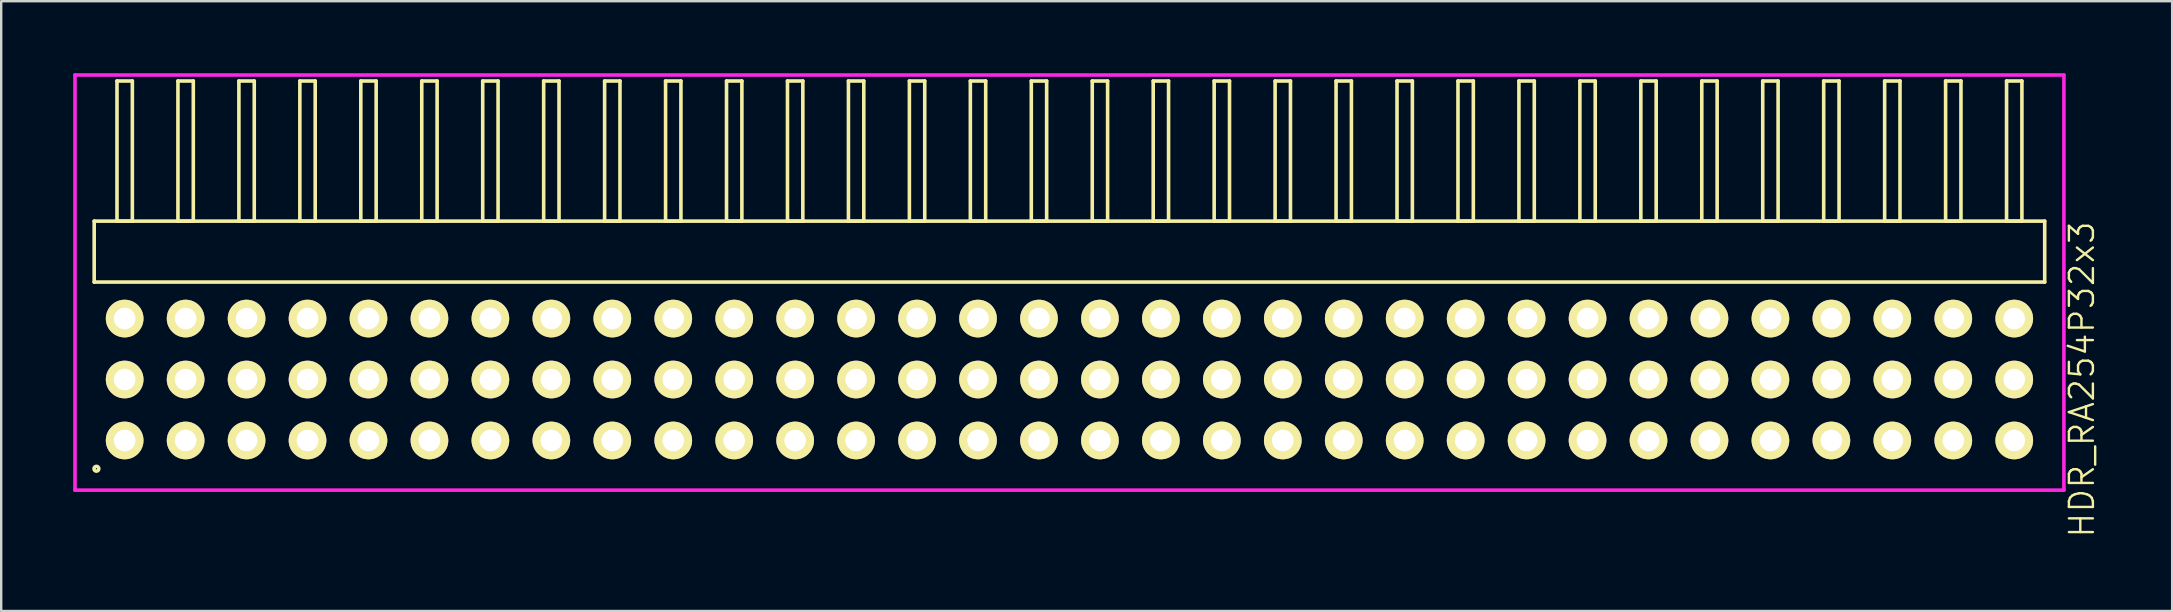
<source format=kicad_pcb>
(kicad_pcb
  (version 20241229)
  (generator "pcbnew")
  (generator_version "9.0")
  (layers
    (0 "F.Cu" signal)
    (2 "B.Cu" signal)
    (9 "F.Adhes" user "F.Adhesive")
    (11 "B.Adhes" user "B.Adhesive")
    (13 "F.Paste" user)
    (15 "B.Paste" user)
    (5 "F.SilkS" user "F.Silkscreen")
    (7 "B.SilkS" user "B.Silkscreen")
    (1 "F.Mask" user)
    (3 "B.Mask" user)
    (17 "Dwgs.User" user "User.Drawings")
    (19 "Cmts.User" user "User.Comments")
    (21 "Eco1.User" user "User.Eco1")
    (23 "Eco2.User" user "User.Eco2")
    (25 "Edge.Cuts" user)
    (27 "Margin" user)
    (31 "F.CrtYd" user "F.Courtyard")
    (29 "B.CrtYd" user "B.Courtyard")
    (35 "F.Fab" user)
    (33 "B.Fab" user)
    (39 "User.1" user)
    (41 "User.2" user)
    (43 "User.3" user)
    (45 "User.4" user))
  (footprint "HDR_RA254P32x3"
    (layer "F.Cu")
    (at 41.515 12.765)
    (property "Reference" "HDR_RA254P32x3" (at 42.19 0 90) (layer "F.SilkS") (effects (font (size 1 1) (thickness 0.1))))
    (attr through_hole)
    (fp_line (start -40.64 -6.6) (end -40.64 -4.06) (stroke (width 0.15) (type solid)) (layer "F.SilkS"))
    (fp_line (start -40.64 -4.06) (end 40.64 -4.06) (stroke (width 0.15) (type solid)) (layer "F.SilkS"))
    (fp_line (start -39.69 -12.44) (end -39.69 -6.6) (stroke (width 0.15) (type solid)) (layer "F.SilkS"))
    (fp_line (start -39.69 -6.6) (end -39.05 -6.6) (stroke (width 0.15) (type solid)) (layer "F.SilkS"))
    (fp_line (start -39.05 -12.44) (end -39.69 -12.44) (stroke (width 0.15) (type solid)) (layer "F.SilkS"))
    (fp_line (start -39.05 -6.6) (end -39.05 -12.44) (stroke (width 0.15) (type solid)) (layer "F.SilkS"))
    (fp_line (start -37.15 -12.44) (end -37.15 -6.6) (stroke (width 0.15) (type solid)) (layer "F.SilkS"))
    (fp_line (start -37.15 -6.6) (end -36.51 -6.6) (stroke (width 0.15) (type solid)) (layer "F.SilkS"))
    (fp_line (start -36.51 -12.44) (end -37.15 -12.44) (stroke (width 0.15) (type solid)) (layer "F.SilkS"))
    (fp_line (start -36.51 -6.6) (end -36.51 -12.44) (stroke (width 0.15) (type solid)) (layer "F.SilkS"))
    (fp_line (start -34.61 -12.44) (end -34.61 -6.6) (stroke (width 0.15) (type solid)) (layer "F.SilkS"))
    (fp_line (start -34.61 -6.6) (end -33.97 -6.6) (stroke (width 0.15) (type solid)) (layer "F.SilkS"))
    (fp_line (start -33.97 -12.44) (end -34.61 -12.44) (stroke (width 0.15) (type solid)) (layer "F.SilkS"))
    (fp_line (start -33.97 -6.6) (end -33.97 -12.44) (stroke (width 0.15) (type solid)) (layer "F.SilkS"))
    (fp_line (start -32.07 -12.44) (end -32.07 -6.6) (stroke (width 0.15) (type solid)) (layer "F.SilkS"))
    (fp_line (start -32.07 -6.6) (end -31.43 -6.6) (stroke (width 0.15) (type solid)) (layer "F.SilkS"))
    (fp_line (start -31.43 -12.44) (end -32.07 -12.44) (stroke (width 0.15) (type solid)) (layer "F.SilkS"))
    (fp_line (start -31.43 -6.6) (end -31.43 -12.44) (stroke (width 0.15) (type solid)) (layer "F.SilkS"))
    (fp_line (start -29.53 -12.44) (end -29.53 -6.6) (stroke (width 0.15) (type solid)) (layer "F.SilkS"))
    (fp_line (start -29.53 -6.6) (end -28.89 -6.6) (stroke (width 0.15) (type solid)) (layer "F.SilkS"))
    (fp_line (start -28.89 -12.44) (end -29.53 -12.44) (stroke (width 0.15) (type solid)) (layer "F.SilkS"))
    (fp_line (start -28.89 -6.6) (end -28.89 -12.44) (stroke (width 0.15) (type solid)) (layer "F.SilkS"))
    (fp_line (start -26.99 -12.44) (end -26.99 -6.6) (stroke (width 0.15) (type solid)) (layer "F.SilkS"))
    (fp_line (start -26.99 -6.6) (end -26.35 -6.6) (stroke (width 0.15) (type solid)) (layer "F.SilkS"))
    (fp_line (start -26.35 -12.44) (end -26.99 -12.44) (stroke (width 0.15) (type solid)) (layer "F.SilkS"))
    (fp_line (start -26.35 -6.6) (end -26.35 -12.44) (stroke (width 0.15) (type solid)) (layer "F.SilkS"))
    (fp_line (start -24.45 -12.44) (end -24.45 -6.6) (stroke (width 0.15) (type solid)) (layer "F.SilkS"))
    (fp_line (start -24.45 -6.6) (end -23.81 -6.6) (stroke (width 0.15) (type solid)) (layer "F.SilkS"))
    (fp_line (start -23.81 -12.44) (end -24.45 -12.44) (stroke (width 0.15) (type solid)) (layer "F.SilkS"))
    (fp_line (start -23.81 -6.6) (end -23.81 -12.44) (stroke (width 0.15) (type solid)) (layer "F.SilkS"))
    (fp_line (start -21.91 -12.44) (end -21.91 -6.6) (stroke (width 0.15) (type solid)) (layer "F.SilkS"))
    (fp_line (start -21.91 -6.6) (end -21.27 -6.6) (stroke (width 0.15) (type solid)) (layer "F.SilkS"))
    (fp_line (start -21.27 -12.44) (end -21.91 -12.44) (stroke (width 0.15) (type solid)) (layer "F.SilkS"))
    (fp_line (start -21.27 -6.6) (end -21.27 -12.44) (stroke (width 0.15) (type solid)) (layer "F.SilkS"))
    (fp_line (start -19.37 -12.44) (end -19.37 -6.6) (stroke (width 0.15) (type solid)) (layer "F.SilkS"))
    (fp_line (start -19.37 -6.6) (end -18.73 -6.6) (stroke (width 0.15) (type solid)) (layer "F.SilkS"))
    (fp_line (start -18.73 -12.44) (end -19.37 -12.44) (stroke (width 0.15) (type solid)) (layer "F.SilkS"))
    (fp_line (start -18.73 -6.6) (end -18.73 -12.44) (stroke (width 0.15) (type solid)) (layer "F.SilkS"))
    (fp_line (start -16.83 -12.44) (end -16.83 -6.6) (stroke (width 0.15) (type solid)) (layer "F.SilkS"))
    (fp_line (start -16.83 -6.6) (end -16.19 -6.6) (stroke (width 0.15) (type solid)) (layer "F.SilkS"))
    (fp_line (start -16.19 -12.44) (end -16.83 -12.44) (stroke (width 0.15) (type solid)) (layer "F.SilkS"))
    (fp_line (start -16.19 -6.6) (end -16.19 -12.44) (stroke (width 0.15) (type solid)) (layer "F.SilkS"))
    (fp_line (start -14.29 -12.44) (end -14.29 -6.6) (stroke (width 0.15) (type solid)) (layer "F.SilkS"))
    (fp_line (start -14.29 -6.6) (end -13.65 -6.6) (stroke (width 0.15) (type solid)) (layer "F.SilkS"))
    (fp_line (start -13.65 -12.44) (end -14.29 -12.44) (stroke (width 0.15) (type solid)) (layer "F.SilkS"))
    (fp_line (start -13.65 -6.6) (end -13.65 -12.44) (stroke (width 0.15) (type solid)) (layer "F.SilkS"))
    (fp_line (start -11.75 -12.44) (end -11.75 -6.6) (stroke (width 0.15) (type solid)) (layer "F.SilkS"))
    (fp_line (start -11.75 -6.6) (end -11.11 -6.6) (stroke (width 0.15) (type solid)) (layer "F.SilkS"))
    (fp_line (start -11.11 -12.44) (end -11.75 -12.44) (stroke (width 0.15) (type solid)) (layer "F.SilkS"))
    (fp_line (start -11.11 -6.6) (end -11.11 -12.44) (stroke (width 0.15) (type solid)) (layer "F.SilkS"))
    (fp_line (start -9.21 -12.44) (end -9.21 -6.6) (stroke (width 0.15) (type solid)) (layer "F.SilkS"))
    (fp_line (start -9.21 -6.6) (end -8.57 -6.6) (stroke (width 0.15) (type solid)) (layer "F.SilkS"))
    (fp_line (start -8.57 -12.44) (end -9.21 -12.44) (stroke (width 0.15) (type solid)) (layer "F.SilkS"))
    (fp_line (start -8.57 -6.6) (end -8.57 -12.44) (stroke (width 0.15) (type solid)) (layer "F.SilkS"))
    (fp_line (start -6.67 -12.44) (end -6.67 -6.6) (stroke (width 0.15) (type solid)) (layer "F.SilkS"))
    (fp_line (start -6.67 -6.6) (end -6.03 -6.6) (stroke (width 0.15) (type solid)) (layer "F.SilkS"))
    (fp_line (start -6.03 -12.44) (end -6.67 -12.44) (stroke (width 0.15) (type solid)) (layer "F.SilkS"))
    (fp_line (start -6.03 -6.6) (end -6.03 -12.44) (stroke (width 0.15) (type solid)) (layer "F.SilkS"))
    (fp_line (start -4.13 -12.44) (end -4.13 -6.6) (stroke (width 0.15) (type solid)) (layer "F.SilkS"))
    (fp_line (start -4.13 -6.6) (end -3.49 -6.6) (stroke (width 0.15) (type solid)) (layer "F.SilkS"))
    (fp_line (start -3.49 -12.44) (end -4.13 -12.44) (stroke (width 0.15) (type solid)) (layer "F.SilkS"))
    (fp_line (start -3.49 -6.6) (end -3.49 -12.44) (stroke (width 0.15) (type solid)) (layer "F.SilkS"))
    (fp_line (start -1.59 -12.44) (end -1.59 -6.6) (stroke (width 0.15) (type solid)) (layer "F.SilkS"))
    (fp_line (start -1.59 -6.6) (end -0.95 -6.6) (stroke (width 0.15) (type solid)) (layer "F.SilkS"))
    (fp_line (start -0.95 -12.44) (end -1.59 -12.44) (stroke (width 0.15) (type solid)) (layer "F.SilkS"))
    (fp_line (start -0.95 -6.6) (end -0.95 -12.44) (stroke (width 0.15) (type solid)) (layer "F.SilkS"))
    (fp_line (start 0.95 -12.44) (end 0.95 -6.6) (stroke (width 0.15) (type solid)) (layer "F.SilkS"))
    (fp_line (start 0.95 -6.6) (end 1.59 -6.6) (stroke (width 0.15) (type solid)) (layer "F.SilkS"))
    (fp_line (start 1.59 -12.44) (end 0.95 -12.44) (stroke (width 0.15) (type solid)) (layer "F.SilkS"))
    (fp_line (start 1.59 -6.6) (end 1.59 -12.44) (stroke (width 0.15) (type solid)) (layer "F.SilkS"))
    (fp_line (start 3.49 -12.44) (end 3.49 -6.6) (stroke (width 0.15) (type solid)) (layer "F.SilkS"))
    (fp_line (start 3.49 -6.6) (end 4.13 -6.6) (stroke (width 0.15) (type solid)) (layer "F.SilkS"))
    (fp_line (start 4.13 -12.44) (end 3.49 -12.44) (stroke (width 0.15) (type solid)) (layer "F.SilkS"))
    (fp_line (start 4.13 -6.6) (end 4.13 -12.44) (stroke (width 0.15) (type solid)) (layer "F.SilkS"))
    (fp_line (start 6.03 -12.44) (end 6.03 -6.6) (stroke (width 0.15) (type solid)) (layer "F.SilkS"))
    (fp_line (start 6.03 -6.6) (end 6.67 -6.6) (stroke (width 0.15) (type solid)) (layer "F.SilkS"))
    (fp_line (start 6.67 -12.44) (end 6.03 -12.44) (stroke (width 0.15) (type solid)) (layer "F.SilkS"))
    (fp_line (start 6.67 -6.6) (end 6.67 -12.44) (stroke (width 0.15) (type solid)) (layer "F.SilkS"))
    (fp_line (start 8.57 -12.44) (end 8.57 -6.6) (stroke (width 0.15) (type solid)) (layer "F.SilkS"))
    (fp_line (start 8.57 -6.6) (end 9.21 -6.6) (stroke (width 0.15) (type solid)) (layer "F.SilkS"))
    (fp_line (start 9.21 -12.44) (end 8.57 -12.44) (stroke (width 0.15) (type solid)) (layer "F.SilkS"))
    (fp_line (start 9.21 -6.6) (end 9.21 -12.44) (stroke (width 0.15) (type solid)) (layer "F.SilkS"))
    (fp_line (start 11.11 -12.44) (end 11.11 -6.6) (stroke (width 0.15) (type solid)) (layer "F.SilkS"))
    (fp_line (start 11.11 -6.6) (end 11.75 -6.6) (stroke (width 0.15) (type solid)) (layer "F.SilkS"))
    (fp_line (start 11.75 -12.44) (end 11.11 -12.44) (stroke (width 0.15) (type solid)) (layer "F.SilkS"))
    (fp_line (start 11.75 -6.6) (end 11.75 -12.44) (stroke (width 0.15) (type solid)) (layer "F.SilkS"))
    (fp_line (start 13.65 -12.44) (end 13.65 -6.6) (stroke (width 0.15) (type solid)) (layer "F.SilkS"))
    (fp_line (start 13.65 -6.6) (end 14.29 -6.6) (stroke (width 0.15) (type solid)) (layer "F.SilkS"))
    (fp_line (start 14.29 -12.44) (end 13.65 -12.44) (stroke (width 0.15) (type solid)) (layer "F.SilkS"))
    (fp_line (start 14.29 -6.6) (end 14.29 -12.44) (stroke (width 0.15) (type solid)) (layer "F.SilkS"))
    (fp_line (start 16.19 -12.44) (end 16.19 -6.6) (stroke (width 0.15) (type solid)) (layer "F.SilkS"))
    (fp_line (start 16.19 -6.6) (end 16.83 -6.6) (stroke (width 0.15) (type solid)) (layer "F.SilkS"))
    (fp_line (start 16.83 -12.44) (end 16.19 -12.44) (stroke (width 0.15) (type solid)) (layer "F.SilkS"))
    (fp_line (start 16.83 -6.6) (end 16.83 -12.44) (stroke (width 0.15) (type solid)) (layer "F.SilkS"))
    (fp_line (start 18.73 -12.44) (end 18.73 -6.6) (stroke (width 0.15) (type solid)) (layer "F.SilkS"))
    (fp_line (start 18.73 -6.6) (end 19.37 -6.6) (stroke (width 0.15) (type solid)) (layer "F.SilkS"))
    (fp_line (start 19.37 -12.44) (end 18.73 -12.44) (stroke (width 0.15) (type solid)) (layer "F.SilkS"))
    (fp_line (start 19.37 -6.6) (end 19.37 -12.44) (stroke (width 0.15) (type solid)) (layer "F.SilkS"))
    (fp_line (start 21.27 -12.44) (end 21.27 -6.6) (stroke (width 0.15) (type solid)) (layer "F.SilkS"))
    (fp_line (start 21.27 -6.6) (end 21.91 -6.6) (stroke (width 0.15) (type solid)) (layer "F.SilkS"))
    (fp_line (start 21.91 -12.44) (end 21.27 -12.44) (stroke (width 0.15) (type solid)) (layer "F.SilkS"))
    (fp_line (start 21.91 -6.6) (end 21.91 -12.44) (stroke (width 0.15) (type solid)) (layer "F.SilkS"))
    (fp_line (start 23.81 -12.44) (end 23.81 -6.6) (stroke (width 0.15) (type solid)) (layer "F.SilkS"))
    (fp_line (start 23.81 -6.6) (end 24.45 -6.6) (stroke (width 0.15) (type solid)) (layer "F.SilkS"))
    (fp_line (start 24.45 -12.44) (end 23.81 -12.44) (stroke (width 0.15) (type solid)) (layer "F.SilkS"))
    (fp_line (start 24.45 -6.6) (end 24.45 -12.44) (stroke (width 0.15) (type solid)) (layer "F.SilkS"))
    (fp_line (start 26.35 -12.44) (end 26.35 -6.6) (stroke (width 0.15) (type solid)) (layer "F.SilkS"))
    (fp_line (start 26.35 -6.6) (end 26.99 -6.6) (stroke (width 0.15) (type solid)) (layer "F.SilkS"))
    (fp_line (start 26.99 -12.44) (end 26.35 -12.44) (stroke (width 0.15) (type solid)) (layer "F.SilkS"))
    (fp_line (start 26.99 -6.6) (end 26.99 -12.44) (stroke (width 0.15) (type solid)) (layer "F.SilkS"))
    (fp_line (start 28.89 -12.44) (end 28.89 -6.6) (stroke (width 0.15) (type solid)) (layer "F.SilkS"))
    (fp_line (start 28.89 -6.6) (end 29.53 -6.6) (stroke (width 0.15) (type solid)) (layer "F.SilkS"))
    (fp_line (start 29.53 -12.44) (end 28.89 -12.44) (stroke (width 0.15) (type solid)) (layer "F.SilkS"))
    (fp_line (start 29.53 -6.6) (end 29.53 -12.44) (stroke (width 0.15) (type solid)) (layer "F.SilkS"))
    (fp_line (start 31.43 -12.44) (end 31.43 -6.6) (stroke (width 0.15) (type solid)) (layer "F.SilkS"))
    (fp_line (start 31.43 -6.6) (end 32.07 -6.6) (stroke (width 0.15) (type solid)) (layer "F.SilkS"))
    (fp_line (start 32.07 -12.44) (end 31.43 -12.44) (stroke (width 0.15) (type solid)) (layer "F.SilkS"))
    (fp_line (start 32.07 -6.6) (end 32.07 -12.44) (stroke (width 0.15) (type solid)) (layer "F.SilkS"))
    (fp_line (start 33.97 -12.44) (end 33.97 -6.6) (stroke (width 0.15) (type solid)) (layer "F.SilkS"))
    (fp_line (start 33.97 -6.6) (end 34.61 -6.6) (stroke (width 0.15) (type solid)) (layer "F.SilkS"))
    (fp_line (start 34.61 -12.44) (end 33.97 -12.44) (stroke (width 0.15) (type solid)) (layer "F.SilkS"))
    (fp_line (start 34.61 -6.6) (end 34.61 -12.44) (stroke (width 0.15) (type solid)) (layer "F.SilkS"))
    (fp_line (start 36.51 -12.44) (end 36.51 -6.6) (stroke (width 0.15) (type solid)) (layer "F.SilkS"))
    (fp_line (start 36.51 -6.6) (end 37.15 -6.6) (stroke (width 0.15) (type solid)) (layer "F.SilkS"))
    (fp_line (start 37.15 -12.44) (end 36.51 -12.44) (stroke (width 0.15) (type solid)) (layer "F.SilkS"))
    (fp_line (start 37.15 -6.6) (end 37.15 -12.44) (stroke (width 0.15) (type solid)) (layer "F.SilkS"))
    (fp_line (start 39.05 -12.44) (end 39.05 -6.6) (stroke (width 0.15) (type solid)) (layer "F.SilkS"))
    (fp_line (start 39.05 -6.6) (end 39.69 -6.6) (stroke (width 0.15) (type solid)) (layer "F.SilkS"))
    (fp_line (start 39.69 -12.44) (end 39.05 -12.44) (stroke (width 0.15) (type solid)) (layer "F.SilkS"))
    (fp_line (start 39.69 -6.6) (end 39.69 -12.44) (stroke (width 0.15) (type solid)) (layer "F.SilkS"))
    (fp_line (start 40.64 -6.6) (end -40.64 -6.6) (stroke (width 0.15) (type solid)) (layer "F.SilkS"))
    (fp_line (start 40.64 -4.06) (end 40.64 -6.6) (stroke (width 0.15) (type solid)) (layer "F.SilkS"))
    (fp_circle (center -40.547 3.718) (end -40.447 3.718) (stroke (width 0.15) (type solid)) (fill no) (layer "F.SilkS"))
    (fp_line (start -41.44 -12.69) (end -41.44 4.61) (stroke (width 0.15) (type solid)) (layer "F.CrtYd"))
    (fp_line (start -41.44 4.61) (end 41.44 4.61) (stroke (width 0.15) (type solid)) (layer "F.CrtYd"))
    (fp_line (start 41.44 -12.69) (end -41.44 -12.69) (stroke (width 0.15) (type solid)) (layer "F.CrtYd"))
    (fp_line (start 41.44 4.61) (end 41.44 -12.69) (stroke (width 0.15) (type solid)) (layer "F.CrtYd"))
    (pad "1" thru_hole oval (at -39.37 2.54) (size 1.57 1.57) (drill 0.9) (layers "*.Cu" "*.Mask" "F.SilkS"))
    (pad "2" thru_hole oval (at -39.37 0) (size 1.57 1.57) (drill 0.9) (layers "*.Cu" "*.Mask" "F.SilkS"))
    (pad "3" thru_hole oval (at -39.37 -2.54) (size 1.57 1.57) (drill 0.9) (layers "*.Cu" "*.Mask" "F.SilkS"))
    (pad "4" thru_hole oval (at -36.83 2.54) (size 1.57 1.57) (drill 0.9) (layers "*.Cu" "*.Mask" "F.SilkS"))
    (pad "5" thru_hole oval (at -36.83 0) (size 1.57 1.57) (drill 0.9) (layers "*.Cu" "*.Mask" "F.SilkS"))
    (pad "6" thru_hole oval (at -36.83 -2.54) (size 1.57 1.57) (drill 0.9) (layers "*.Cu" "*.Mask" "F.SilkS"))
    (pad "7" thru_hole oval (at -34.29 2.54) (size 1.57 1.57) (drill 0.9) (layers "*.Cu" "*.Mask" "F.SilkS"))
    (pad "8" thru_hole oval (at -34.29 0) (size 1.57 1.57) (drill 0.9) (layers "*.Cu" "*.Mask" "F.SilkS"))
    (pad "9" thru_hole oval (at -34.29 -2.54) (size 1.57 1.57) (drill 0.9) (layers "*.Cu" "*.Mask" "F.SilkS"))
    (pad "10" thru_hole oval (at -31.75 2.54) (size 1.57 1.57) (drill 0.9) (layers "*.Cu" "*.Mask" "F.SilkS"))
    (pad "11" thru_hole oval (at -31.75 0) (size 1.57 1.57) (drill 0.9) (layers "*.Cu" "*.Mask" "F.SilkS"))
    (pad "12" thru_hole oval (at -31.75 -2.54) (size 1.57 1.57) (drill 0.9) (layers "*.Cu" "*.Mask" "F.SilkS"))
    (pad "13" thru_hole oval (at -29.21 2.54) (size 1.57 1.57) (drill 0.9) (layers "*.Cu" "*.Mask" "F.SilkS"))
    (pad "14" thru_hole oval (at -29.21 0) (size 1.57 1.57) (drill 0.9) (layers "*.Cu" "*.Mask" "F.SilkS"))
    (pad "15" thru_hole oval (at -29.21 -2.54) (size 1.57 1.57) (drill 0.9) (layers "*.Cu" "*.Mask" "F.SilkS"))
    (pad "16" thru_hole oval (at -26.67 2.54) (size 1.57 1.57) (drill 0.9) (layers "*.Cu" "*.Mask" "F.SilkS"))
    (pad "17" thru_hole oval (at -26.67 0) (size 1.57 1.57) (drill 0.9) (layers "*.Cu" "*.Mask" "F.SilkS"))
    (pad "18" thru_hole oval (at -26.67 -2.54) (size 1.57 1.57) (drill 0.9) (layers "*.Cu" "*.Mask" "F.SilkS"))
    (pad "19" thru_hole oval (at -24.13 2.54) (size 1.57 1.57) (drill 0.9) (layers "*.Cu" "*.Mask" "F.SilkS"))
    (pad "20" thru_hole oval (at -24.13 0) (size 1.57 1.57) (drill 0.9) (layers "*.Cu" "*.Mask" "F.SilkS"))
    (pad "21" thru_hole oval (at -24.13 -2.54) (size 1.57 1.57) (drill 0.9) (layers "*.Cu" "*.Mask" "F.SilkS"))
    (pad "22" thru_hole oval (at -21.59 2.54) (size 1.57 1.57) (drill 0.9) (layers "*.Cu" "*.Mask" "F.SilkS"))
    (pad "23" thru_hole oval (at -21.59 0) (size 1.57 1.57) (drill 0.9) (layers "*.Cu" "*.Mask" "F.SilkS"))
    (pad "24" thru_hole oval (at -21.59 -2.54) (size 1.57 1.57) (drill 0.9) (layers "*.Cu" "*.Mask" "F.SilkS"))
    (pad "25" thru_hole oval (at -19.05 2.54) (size 1.57 1.57) (drill 0.9) (layers "*.Cu" "*.Mask" "F.SilkS"))
    (pad "26" thru_hole oval (at -19.05 0) (size 1.57 1.57) (drill 0.9) (layers "*.Cu" "*.Mask" "F.SilkS"))
    (pad "27" thru_hole oval (at -19.05 -2.54) (size 1.57 1.57) (drill 0.9) (layers "*.Cu" "*.Mask" "F.SilkS"))
    (pad "28" thru_hole oval (at -16.51 2.54) (size 1.57 1.57) (drill 0.9) (layers "*.Cu" "*.Mask" "F.SilkS"))
    (pad "29" thru_hole oval (at -16.51 0) (size 1.57 1.57) (drill 0.9) (layers "*.Cu" "*.Mask" "F.SilkS"))
    (pad "30" thru_hole oval (at -16.51 -2.54) (size 1.57 1.57) (drill 0.9) (layers "*.Cu" "*.Mask" "F.SilkS"))
    (pad "31" thru_hole oval (at -13.97 2.54) (size 1.57 1.57) (drill 0.9) (layers "*.Cu" "*.Mask" "F.SilkS"))
    (pad "32" thru_hole oval (at -13.97 0) (size 1.57 1.57) (drill 0.9) (layers "*.Cu" "*.Mask" "F.SilkS"))
    (pad "33" thru_hole oval (at -13.97 -2.54) (size 1.57 1.57) (drill 0.9) (layers "*.Cu" "*.Mask" "F.SilkS"))
    (pad "34" thru_hole oval (at -11.43 2.54) (size 1.57 1.57) (drill 0.9) (layers "*.Cu" "*.Mask" "F.SilkS"))
    (pad "35" thru_hole oval (at -11.43 0) (size 1.57 1.57) (drill 0.9) (layers "*.Cu" "*.Mask" "F.SilkS"))
    (pad "36" thru_hole oval (at -11.43 -2.54) (size 1.57 1.57) (drill 0.9) (layers "*.Cu" "*.Mask" "F.SilkS"))
    (pad "37" thru_hole oval (at -8.89 2.54) (size 1.57 1.57) (drill 0.9) (layers "*.Cu" "*.Mask" "F.SilkS"))
    (pad "38" thru_hole oval (at -8.89 0) (size 1.57 1.57) (drill 0.9) (layers "*.Cu" "*.Mask" "F.SilkS"))
    (pad "39" thru_hole oval (at -8.89 -2.54) (size 1.57 1.57) (drill 0.9) (layers "*.Cu" "*.Mask" "F.SilkS"))
    (pad "40" thru_hole oval (at -6.35 2.54) (size 1.57 1.57) (drill 0.9) (layers "*.Cu" "*.Mask" "F.SilkS"))
    (pad "41" thru_hole oval (at -6.35 0) (size 1.57 1.57) (drill 0.9) (layers "*.Cu" "*.Mask" "F.SilkS"))
    (pad "42" thru_hole oval (at -6.35 -2.54) (size 1.57 1.57) (drill 0.9) (layers "*.Cu" "*.Mask" "F.SilkS"))
    (pad "43" thru_hole oval (at -3.81 2.54) (size 1.57 1.57) (drill 0.9) (layers "*.Cu" "*.Mask" "F.SilkS"))
    (pad "44" thru_hole oval (at -3.81 0) (size 1.57 1.57) (drill 0.9) (layers "*.Cu" "*.Mask" "F.SilkS"))
    (pad "45" thru_hole oval (at -3.81 -2.54) (size 1.57 1.57) (drill 0.9) (layers "*.Cu" "*.Mask" "F.SilkS"))
    (pad "46" thru_hole oval (at -1.27 2.54) (size 1.57 1.57) (drill 0.9) (layers "*.Cu" "*.Mask" "F.SilkS"))
    (pad "47" thru_hole oval (at -1.27 0) (size 1.57 1.57) (drill 0.9) (layers "*.Cu" "*.Mask" "F.SilkS"))
    (pad "48" thru_hole oval (at -1.27 -2.54) (size 1.57 1.57) (drill 0.9) (layers "*.Cu" "*.Mask" "F.SilkS"))
    (pad "49" thru_hole oval (at 1.27 2.54) (size 1.57 1.57) (drill 0.9) (layers "*.Cu" "*.Mask" "F.SilkS"))
    (pad "50" thru_hole oval (at 1.27 0) (size 1.57 1.57) (drill 0.9) (layers "*.Cu" "*.Mask" "F.SilkS"))
    (pad "51" thru_hole oval (at 1.27 -2.54) (size 1.57 1.57) (drill 0.9) (layers "*.Cu" "*.Mask" "F.SilkS"))
    (pad "52" thru_hole oval (at 3.81 2.54) (size 1.57 1.57) (drill 0.9) (layers "*.Cu" "*.Mask" "F.SilkS"))
    (pad "53" thru_hole oval (at 3.81 0) (size 1.57 1.57) (drill 0.9) (layers "*.Cu" "*.Mask" "F.SilkS"))
    (pad "54" thru_hole oval (at 3.81 -2.54) (size 1.57 1.57) (drill 0.9) (layers "*.Cu" "*.Mask" "F.SilkS"))
    (pad "55" thru_hole oval (at 6.35 2.54) (size 1.57 1.57) (drill 0.9) (layers "*.Cu" "*.Mask" "F.SilkS"))
    (pad "56" thru_hole oval (at 6.35 0) (size 1.57 1.57) (drill 0.9) (layers "*.Cu" "*.Mask" "F.SilkS"))
    (pad "57" thru_hole oval (at 6.35 -2.54) (size 1.57 1.57) (drill 0.9) (layers "*.Cu" "*.Mask" "F.SilkS"))
    (pad "58" thru_hole oval (at 8.89 2.54) (size 1.57 1.57) (drill 0.9) (layers "*.Cu" "*.Mask" "F.SilkS"))
    (pad "59" thru_hole oval (at 8.89 0) (size 1.57 1.57) (drill 0.9) (layers "*.Cu" "*.Mask" "F.SilkS"))
    (pad "60" thru_hole oval (at 8.89 -2.54) (size 1.57 1.57) (drill 0.9) (layers "*.Cu" "*.Mask" "F.SilkS"))
    (pad "61" thru_hole oval (at 11.43 2.54) (size 1.57 1.57) (drill 0.9) (layers "*.Cu" "*.Mask" "F.SilkS"))
    (pad "62" thru_hole oval (at 11.43 0) (size 1.57 1.57) (drill 0.9) (layers "*.Cu" "*.Mask" "F.SilkS"))
    (pad "63" thru_hole oval (at 11.43 -2.54) (size 1.57 1.57) (drill 0.9) (layers "*.Cu" "*.Mask" "F.SilkS"))
    (pad "64" thru_hole oval (at 13.97 2.54) (size 1.57 1.57) (drill 0.9) (layers "*.Cu" "*.Mask" "F.SilkS"))
    (pad "65" thru_hole oval (at 13.97 0) (size 1.57 1.57) (drill 0.9) (layers "*.Cu" "*.Mask" "F.SilkS"))
    (pad "66" thru_hole oval (at 13.97 -2.54) (size 1.57 1.57) (drill 0.9) (layers "*.Cu" "*.Mask" "F.SilkS"))
    (pad "67" thru_hole oval (at 16.51 2.54) (size 1.57 1.57) (drill 0.9) (layers "*.Cu" "*.Mask" "F.SilkS"))
    (pad "68" thru_hole oval (at 16.51 0) (size 1.57 1.57) (drill 0.9) (layers "*.Cu" "*.Mask" "F.SilkS"))
    (pad "69" thru_hole oval (at 16.51 -2.54) (size 1.57 1.57) (drill 0.9) (layers "*.Cu" "*.Mask" "F.SilkS"))
    (pad "70" thru_hole oval (at 19.05 2.54) (size 1.57 1.57) (drill 0.9) (layers "*.Cu" "*.Mask" "F.SilkS"))
    (pad "71" thru_hole oval (at 19.05 0) (size 1.57 1.57) (drill 0.9) (layers "*.Cu" "*.Mask" "F.SilkS"))
    (pad "72" thru_hole oval (at 19.05 -2.54) (size 1.57 1.57) (drill 0.9) (layers "*.Cu" "*.Mask" "F.SilkS"))
    (pad "73" thru_hole oval (at 21.59 2.54) (size 1.57 1.57) (drill 0.9) (layers "*.Cu" "*.Mask" "F.SilkS"))
    (pad "74" thru_hole oval (at 21.59 0) (size 1.57 1.57) (drill 0.9) (layers "*.Cu" "*.Mask" "F.SilkS"))
    (pad "75" thru_hole oval (at 21.59 -2.54) (size 1.57 1.57) (drill 0.9) (layers "*.Cu" "*.Mask" "F.SilkS"))
    (pad "76" thru_hole oval (at 24.13 2.54) (size 1.57 1.57) (drill 0.9) (layers "*.Cu" "*.Mask" "F.SilkS"))
    (pad "77" thru_hole oval (at 24.13 0) (size 1.57 1.57) (drill 0.9) (layers "*.Cu" "*.Mask" "F.SilkS"))
    (pad "78" thru_hole oval (at 24.13 -2.54) (size 1.57 1.57) (drill 0.9) (layers "*.Cu" "*.Mask" "F.SilkS"))
    (pad "79" thru_hole oval (at 26.67 2.54) (size 1.57 1.57) (drill 0.9) (layers "*.Cu" "*.Mask" "F.SilkS"))
    (pad "80" thru_hole oval (at 26.67 0) (size 1.57 1.57) (drill 0.9) (layers "*.Cu" "*.Mask" "F.SilkS"))
    (pad "81" thru_hole oval (at 26.67 -2.54) (size 1.57 1.57) (drill 0.9) (layers "*.Cu" "*.Mask" "F.SilkS"))
    (pad "82" thru_hole oval (at 29.21 2.54) (size 1.57 1.57) (drill 0.9) (layers "*.Cu" "*.Mask" "F.SilkS"))
    (pad "83" thru_hole oval (at 29.21 0) (size 1.57 1.57) (drill 0.9) (layers "*.Cu" "*.Mask" "F.SilkS"))
    (pad "84" thru_hole oval (at 29.21 -2.54) (size 1.57 1.57) (drill 0.9) (layers "*.Cu" "*.Mask" "F.SilkS"))
    (pad "85" thru_hole oval (at 31.75 2.54) (size 1.57 1.57) (drill 0.9) (layers "*.Cu" "*.Mask" "F.SilkS"))
    (pad "86" thru_hole oval (at 31.75 0) (size 1.57 1.57) (drill 0.9) (layers "*.Cu" "*.Mask" "F.SilkS"))
    (pad "87" thru_hole oval (at 31.75 -2.54) (size 1.57 1.57) (drill 0.9) (layers "*.Cu" "*.Mask" "F.SilkS"))
    (pad "88" thru_hole oval (at 34.29 2.54) (size 1.57 1.57) (drill 0.9) (layers "*.Cu" "*.Mask" "F.SilkS"))
    (pad "89" thru_hole oval (at 34.29 0) (size 1.57 1.57) (drill 0.9) (layers "*.Cu" "*.Mask" "F.SilkS"))
    (pad "90" thru_hole oval (at 34.29 -2.54) (size 1.57 1.57) (drill 0.9) (layers "*.Cu" "*.Mask" "F.SilkS"))
    (pad "91" thru_hole oval (at 36.83 2.54) (size 1.57 1.57) (drill 0.9) (layers "*.Cu" "*.Mask" "F.SilkS"))
    (pad "92" thru_hole oval (at 36.83 0) (size 1.57 1.57) (drill 0.9) (layers "*.Cu" "*.Mask" "F.SilkS"))
    (pad "93" thru_hole oval (at 36.83 -2.54) (size 1.57 1.57) (drill 0.9) (layers "*.Cu" "*.Mask" "F.SilkS"))
    (pad "94" thru_hole oval (at 39.37 2.54) (size 1.57 1.57) (drill 0.9) (layers "*.Cu" "*.Mask" "F.SilkS"))
    (pad "95" thru_hole oval (at 39.37 0) (size 1.57 1.57) (drill 0.9) (layers "*.Cu" "*.Mask" "F.SilkS"))
    (pad "96" thru_hole oval (at 39.37 -2.54) (size 1.57 1.57) (drill 0.9) (layers "*.Cu" "*.Mask" "F.SilkS")))
  (gr_rect
    (start -3 -3)
    (end 87.466 22.41)
    (stroke (width 0.1) (type default))
    (fill no)
    (layer "Edge.Cuts")))
</source>
